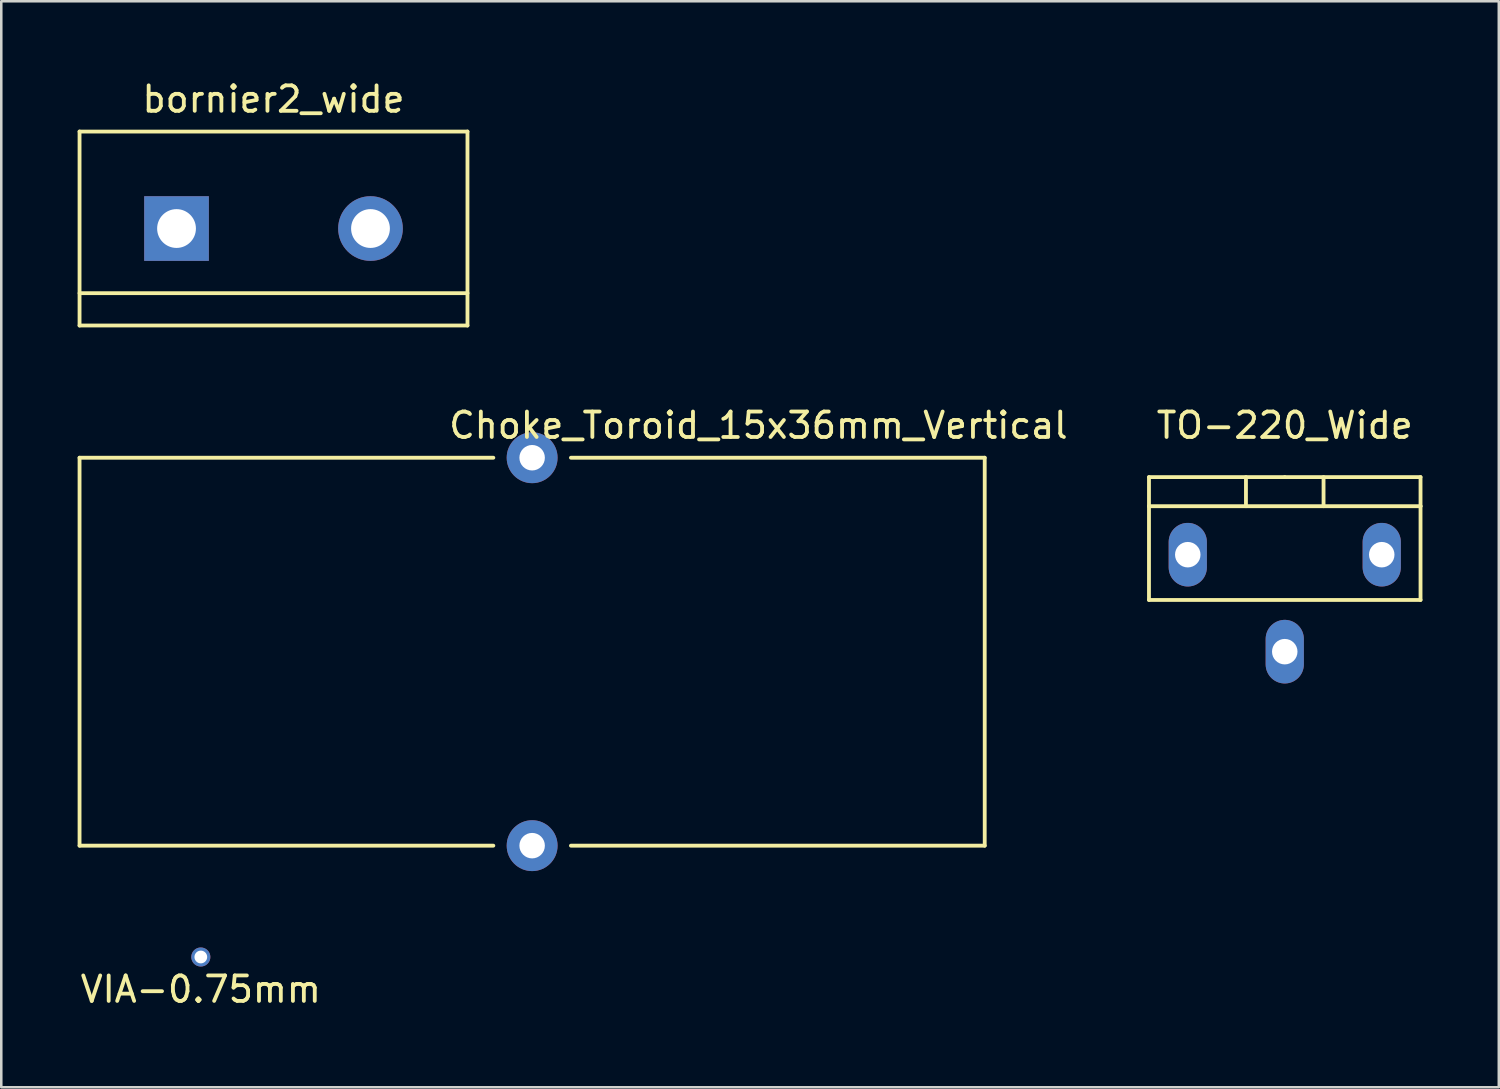
<source format=kicad_pcb>
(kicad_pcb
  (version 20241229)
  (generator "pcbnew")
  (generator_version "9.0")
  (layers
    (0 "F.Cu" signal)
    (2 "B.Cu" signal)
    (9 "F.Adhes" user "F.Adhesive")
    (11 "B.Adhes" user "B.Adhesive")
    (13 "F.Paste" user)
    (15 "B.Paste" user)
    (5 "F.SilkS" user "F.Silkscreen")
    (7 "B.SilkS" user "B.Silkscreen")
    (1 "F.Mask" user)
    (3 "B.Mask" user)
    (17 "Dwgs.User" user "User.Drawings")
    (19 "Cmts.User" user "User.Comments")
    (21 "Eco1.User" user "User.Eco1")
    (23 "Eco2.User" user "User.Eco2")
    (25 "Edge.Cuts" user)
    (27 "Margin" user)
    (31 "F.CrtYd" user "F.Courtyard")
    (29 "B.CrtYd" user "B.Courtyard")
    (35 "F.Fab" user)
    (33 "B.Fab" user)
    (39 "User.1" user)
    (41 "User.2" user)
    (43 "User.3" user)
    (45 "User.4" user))
  (footprint "bornier2_wide"
    (layer "F.Cu")
    (at 7.695 5.928)
    (property "Reference" "bornier2_wide" (at 0 -5.08 0) (layer "F.SilkS") (effects (font (size 1 1) (thickness 0.15))))
    (attr through_hole)
    (fp_line (start -7.62 -3.81) (end -7.62 3.81) (stroke (width 0.15) (type solid)) (layer "F.SilkS"))
    (fp_line (start -7.62 3.81) (end 7.62 3.81) (stroke (width 0.15) (type solid)) (layer "F.SilkS"))
    (fp_line (start 7.62 -3.81) (end -7.62 -3.81) (stroke (width 0.15) (type solid)) (layer "F.SilkS"))
    (fp_line (start 7.62 2.54) (end -7.62 2.54) (stroke (width 0.15) (type solid)) (layer "F.SilkS"))
    (fp_line (start 7.62 3.81) (end 7.62 -3.81) (stroke (width 0.15) (type solid)) (layer "F.SilkS"))
    (pad "1" thru_hole rect (at -3.81 0) (size 2.54 2.54) (drill 1.524) (layers "*.Cu" "*.Mask"))
    (pad "2" thru_hole circle (at 3.81 0) (size 2.54 2.54) (drill 1.524) (layers "*.Cu" "*.Mask")))
  (footprint "VIA-0.75mm"
    (layer "F.Cu")
    (at 4.839 34.546)
    (property "Reference" "VIA-0.75mm" (at 0 1.27 0) (layer "F.SilkS") (effects (font (size 1 1) (thickness 0.15))))
    (attr through_hole)
    (pad "1" thru_hole circle (at 0 0) (size 0.75 0.75) (drill 0.5) (layers "*.Cu")))
  (footprint "TO-220_Wide"
    (layer "F.Cu")
    (at 47.422 18.741)
    (property "Reference" "TO-220_Wide" (at 0 -5.08 0) (layer "F.SilkS") (effects (font (size 1 1) (thickness 0.15))))
    (attr through_hole)
    (fp_line (start -5.334 -1.905) (end -5.334 -3.048) (stroke (width 0.15) (type solid)) (layer "F.SilkS"))
    (fp_line (start -5.334 1.778) (end -5.334 -1.905) (stroke (width 0.15) (type solid)) (layer "F.SilkS"))
    (fp_line (start -1.524 -3.048) (end -1.524 -1.905) (stroke (width 0.15) (type solid)) (layer "F.SilkS"))
    (fp_line (start 0 -3.048) (end -5.334 -3.048) (stroke (width 0.15) (type solid)) (layer "F.SilkS"))
    (fp_line (start 0 -3.048) (end 5.334 -3.048) (stroke (width 0.15) (type solid)) (layer "F.SilkS"))
    (fp_line (start 1.524 -3.048) (end 1.524 -1.905) (stroke (width 0.15) (type solid)) (layer "F.SilkS"))
    (fp_line (start 5.334 -3.048) (end 5.334 -1.905) (stroke (width 0.15) (type solid)) (layer "F.SilkS"))
    (fp_line (start 5.334 -1.905) (end -5.334 -1.905) (stroke (width 0.15) (type solid)) (layer "F.SilkS"))
    (fp_line (start 5.334 -1.905) (end 5.334 1.778) (stroke (width 0.15) (type solid)) (layer "F.SilkS"))
    (fp_line (start 5.334 1.778) (end -5.334 1.778) (stroke (width 0.15) (type solid)) (layer "F.SilkS"))
    (pad "1" thru_hole oval (at -3.81 0 90) (size 2.499 1.501) (drill 1.001) (layers "*.Cu" "*.Mask"))
    (pad "2" thru_hole oval (at 0 3.81 90) (size 2.499 1.501) (drill 1.001) (layers "*.Cu" "*.Mask"))
    (pad "3" thru_hole oval (at 3.81 0 90) (size 2.499 1.501) (drill 1.001) (layers "*.Cu" "*.Mask")))
  (footprint "Choke_Toroid_15x36mm_Vertical"
    (layer "F.Cu")
    (at 17.855 30.172)
    (property "Reference" "Choke_Toroid_15x36mm_Vertical" (at 8.89 -16.51 0) (layer "F.SilkS") (effects (font (size 1 1) (thickness 0.15))))
    (attr through_hole)
    (fp_line (start -17.78 -15.24) (end -17.78 0) (stroke (width 0.15) (type solid)) (layer "F.SilkS"))
    (fp_line (start -17.78 0) (end -1.524 0) (stroke (width 0.15) (type solid)) (layer "F.SilkS"))
    (fp_line (start -1.524 -15.24) (end -17.78 -15.24) (stroke (width 0.15) (type solid)) (layer "F.SilkS"))
    (fp_line (start 17.78 -15.24) (end 1.524 -15.24) (stroke (width 0.15) (type solid)) (layer "F.SilkS"))
    (fp_line (start 17.78 0) (end 1.524 0) (stroke (width 0.15) (type solid)) (layer "F.SilkS"))
    (fp_line (start 17.78 0) (end 17.78 -15.24) (stroke (width 0.15) (type solid)) (layer "F.SilkS"))
    (pad "1" thru_hole circle (at 0 0) (size 1.999 1.999) (drill 1.001) (layers "*.Cu" "*.Mask"))
    (pad "2" thru_hole circle (at 0 -15.24) (size 1.999 1.999) (drill 1.001) (layers "*.Cu" "*.Mask")))
  (gr_rect
    (start -3 -3)
    (end 55.831 39.664)
    (stroke (width 0.1) (type default))
    (fill no)
    (layer "Edge.Cuts")))
</source>
